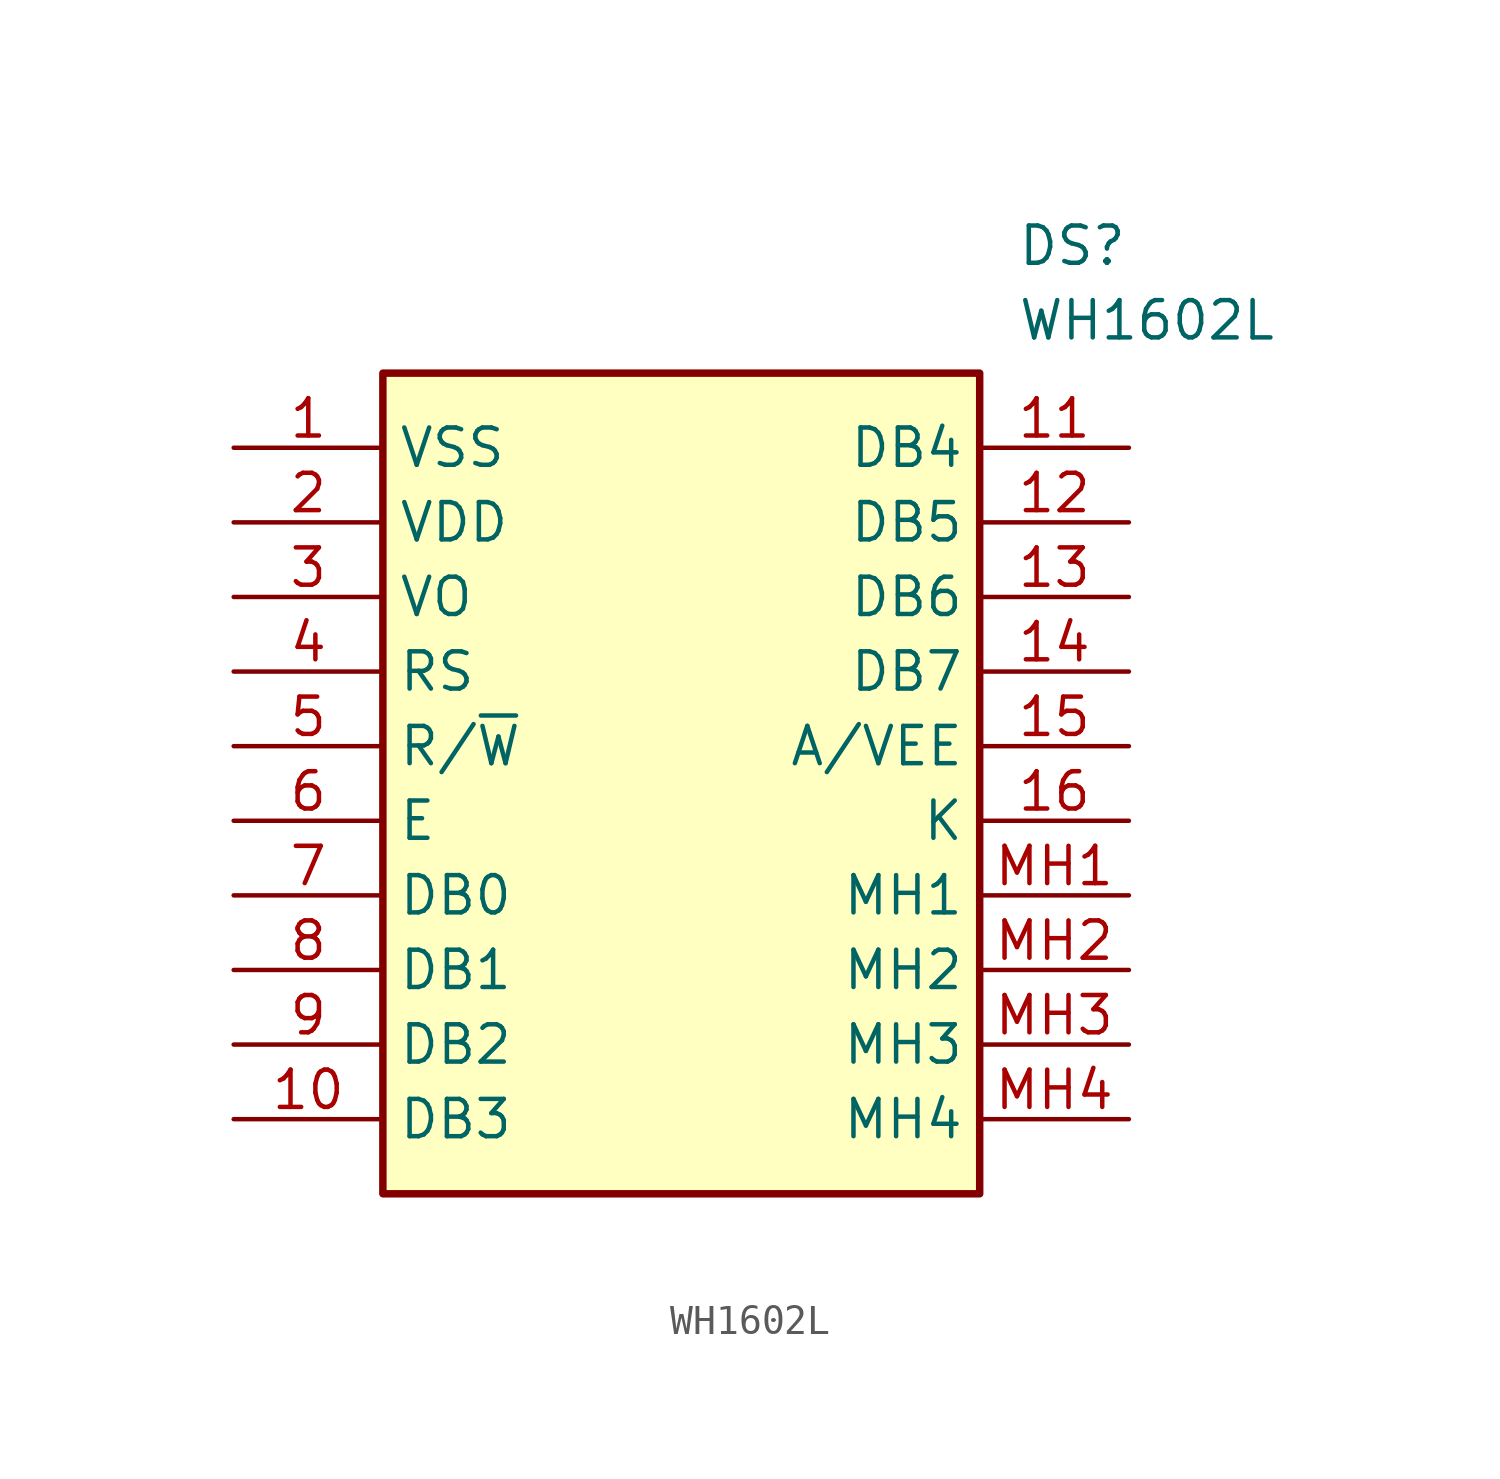
<source format=kicad_sym>
(kicad_symbol_lib
  (version 20211014)
  (generator SamacSys_ECAD_Model)
  (symbol "WH1602L"
    (property "Reference" "DS"
      (at 26.67 7.62 0)
      (effects (font (size 1.27 1.27)) (justify left top)))
    (property "Value" "WH1602L"
      (at 26.67 5.08 0)
      (effects (font (size 1.27 1.27)) (justify left top)))
    (rectangle
      (start 5.08 2.54)
      (end 25.4 -25.4)
      (stroke (width 0.254) (type default))
      (fill (type background)))
    (pin passive line
      (at 0 0 0)
      (length 5.08)
      (name "VSS" (effects (font (size 1.27 1.27))))
      (number "1" (effects (font (size 1.27 1.27)))))
    (pin passive line
      (at 0 -2.54 0)
      (length 5.08)
      (name "VDD" (effects (font (size 1.27 1.27))))
      (number "2" (effects (font (size 1.27 1.27)))))
    (pin passive line
      (at 0 -5.08 0)
      (length 5.08)
      (name "VO" (effects (font (size 1.27 1.27))))
      (number "3" (effects (font (size 1.27 1.27)))))
    (pin passive line
      (at 0 -7.62 0)
      (length 5.08)
      (name "RS" (effects (font (size 1.27 1.27))))
      (number "4" (effects (font (size 1.27 1.27)))))
    (pin passive line
      (at 0 -10.16 0)
      (length 5.08)
      (name "R/~{W}" (effects (font (size 1.27 1.27))))
      (number "5" (effects (font (size 1.27 1.27)))))
    (pin passive line
      (at 0 -12.7 0)
      (length 5.08)
      (name "E" (effects (font (size 1.27 1.27))))
      (number "6" (effects (font (size 1.27 1.27)))))
    (pin passive line
      (at 0 -15.24 0)
      (length 5.08)
      (name "DB0" (effects (font (size 1.27 1.27))))
      (number "7" (effects (font (size 1.27 1.27)))))
    (pin passive line
      (at 0 -17.78 0)
      (length 5.08)
      (name "DB1" (effects (font (size 1.27 1.27))))
      (number "8" (effects (font (size 1.27 1.27)))))
    (pin passive line
      (at 0 -20.32 0)
      (length 5.08)
      (name "DB2" (effects (font (size 1.27 1.27))))
      (number "9" (effects (font (size 1.27 1.27)))))
    (pin passive line
      (at 0 -22.86 0)
      (length 5.08)
      (name "DB3" (effects (font (size 1.27 1.27))))
      (number "10" (effects (font (size 1.27 1.27)))))
    (pin passive line
      (at 30.48 0 180)
      (length 5.08)
      (name "DB4" (effects (font (size 1.27 1.27))))
      (number "11" (effects (font (size 1.27 1.27)))))
    (pin passive line
      (at 30.48 -2.54 180)
      (length 5.08)
      (name "DB5" (effects (font (size 1.27 1.27))))
      (number "12" (effects (font (size 1.27 1.27)))))
    (pin passive line
      (at 30.48 -5.08 180)
      (length 5.08)
      (name "DB6" (effects (font (size 1.27 1.27))))
      (number "13" (effects (font (size 1.27 1.27)))))
    (pin passive line
      (at 30.48 -7.62 180)
      (length 5.08)
      (name "DB7" (effects (font (size 1.27 1.27))))
      (number "14" (effects (font (size 1.27 1.27)))))
    (pin passive line
      (at 30.48 -10.16 180)
      (length 5.08)
      (name "A/VEE" (effects (font (size 1.27 1.27))))
      (number "15" (effects (font (size 1.27 1.27)))))
    (pin passive line
      (at 30.48 -12.7 180)
      (length 5.08)
      (name "K" (effects (font (size 1.27 1.27))))
      (number "16" (effects (font (size 1.27 1.27)))))
    (pin passive line
      (at 30.48 -15.24 180)
      (length 5.08)
      (name "MH1" (effects (font (size 1.27 1.27))))
      (number "MH1" (effects (font (size 1.27 1.27)))))
    (pin passive line
      (at 30.48 -17.78 180)
      (length 5.08)
      (name "MH2" (effects (font (size 1.27 1.27))))
      (number "MH2" (effects (font (size 1.27 1.27)))))
    (pin passive line
      (at 30.48 -20.32 180)
      (length 5.08)
      (name "MH3" (effects (font (size 1.27 1.27))))
      (number "MH3" (effects (font (size 1.27 1.27)))))
    (pin passive line
      (at 30.48 -22.86 180)
      (length 5.08)
      (name "MH4" (effects (font (size 1.27 1.27))))
      (number "MH4" (effects (font (size 1.27 1.27)))))))
</source>
